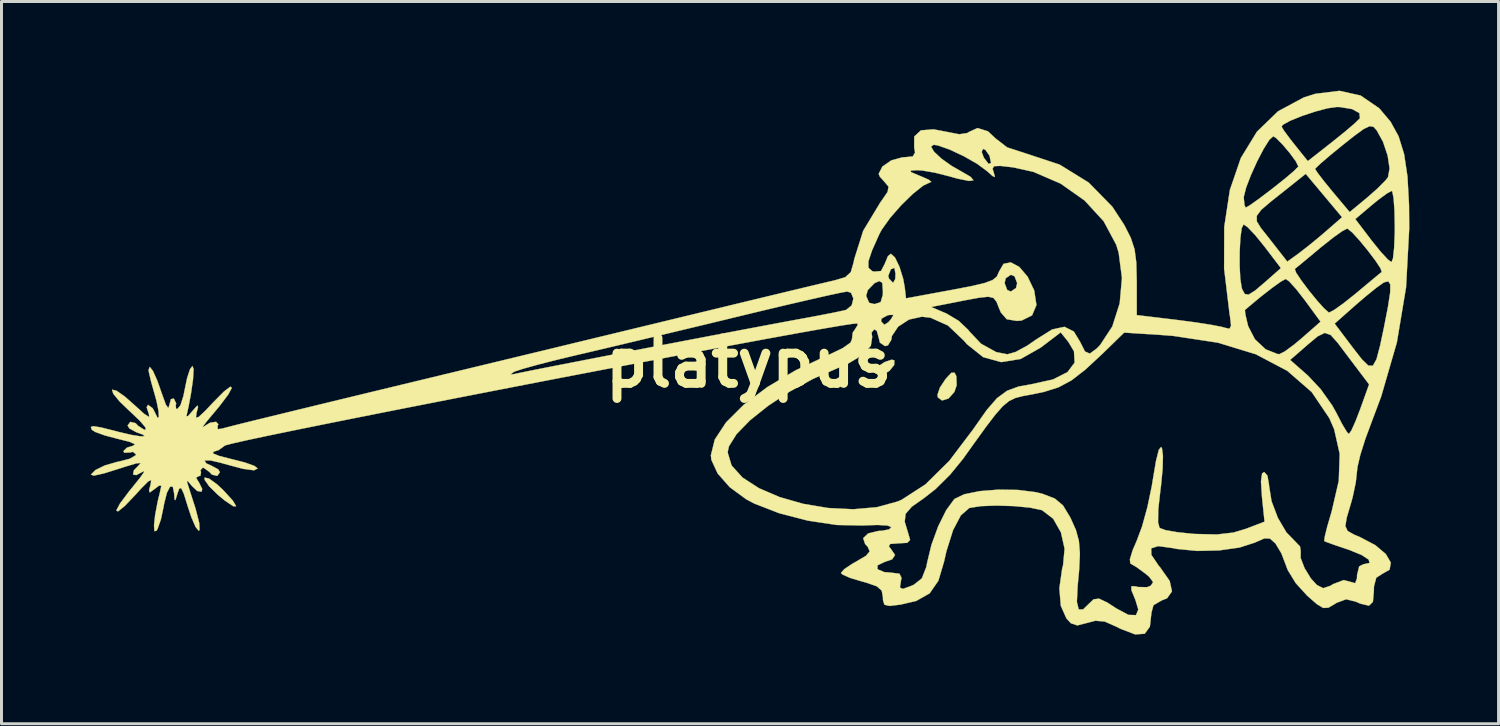
<source format=kicad_pcb>
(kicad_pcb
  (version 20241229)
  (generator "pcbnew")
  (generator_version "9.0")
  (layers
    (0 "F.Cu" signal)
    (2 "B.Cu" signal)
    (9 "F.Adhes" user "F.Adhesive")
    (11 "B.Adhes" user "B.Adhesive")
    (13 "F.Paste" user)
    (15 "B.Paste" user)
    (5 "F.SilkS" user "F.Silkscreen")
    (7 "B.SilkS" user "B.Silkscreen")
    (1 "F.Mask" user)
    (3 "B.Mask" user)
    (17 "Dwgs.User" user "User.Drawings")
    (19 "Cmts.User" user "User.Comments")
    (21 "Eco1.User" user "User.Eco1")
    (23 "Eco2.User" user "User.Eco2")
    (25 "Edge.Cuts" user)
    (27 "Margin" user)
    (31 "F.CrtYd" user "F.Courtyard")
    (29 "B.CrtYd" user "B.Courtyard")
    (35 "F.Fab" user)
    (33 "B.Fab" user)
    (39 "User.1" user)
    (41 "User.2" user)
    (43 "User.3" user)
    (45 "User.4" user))
  (footprint "platypus"
    (layer "F.Cu")
    (at 22.126 9.153)
    (property "Reference" "platypus" (at 0 0 0) (layer "F.SilkS") (effects (font (size 1.524 1.524) (thickness 0.3))))
    (attr through_hole)
    (fp_poly (pts (xy 4.901 -0.085) (xy 4.895 0.07) (xy 4.737 0.267) (xy 4.518 0.406) (xy 4.428 0.423) (xy 4.251 0.344) (xy 4.233 0.287) (xy 4.34 0.127) (xy 4.575 -0.028) (xy 4.81 -0.107) (xy 4.901 -0.085)) (stroke (width 0.01) (type solid)) (fill yes) (layer "F.SilkS"))
    (fp_poly (pts (xy -18.149 3.889) (xy -17.881 4.082) (xy -17.677 4.271) (xy -17.346 4.633) (xy -17.235 4.821) (xy -17.33 4.823) (xy -17.62 4.627) (xy -17.846 4.44) (xy -18.139 4.154) (xy -18.294 3.934) (xy -18.297 3.857) (xy -18.149 3.889)) (stroke (width 0.01) (type solid)) (fill yes) (layer "F.SilkS"))
    (fp_poly (pts (xy 6.927 0.333) (xy 6.985 0.448) (xy 6.996 0.753) (xy 6.92 0.977) (xy 6.723 1.198) (xy 6.506 1.265) (xy 6.364 1.162) (xy 6.35 1.074) (xy 6.434 0.83) (xy 6.622 0.545) (xy 6.819 0.332) (xy 6.927 0.333)) (stroke (width 0.01) (type solid)) (fill yes) (layer "F.SilkS"))
    (fp_poly (pts (xy 20.581 -8.99) (xy 21.194 -8.571) (xy 21.225 -8.54) (xy 21.589 -8.109) (xy 21.859 -7.617) (xy 22.044 -7.018) (xy 22.157 -6.264) (xy 22.209 -5.31) (xy 22.215 -4.516) (xy 22.109 -2.542) (xy 21.8 -0.688) (xy 21.27 1.139) (xy 20.964 1.954) (xy 20.742 2.551) (xy 20.57 3.096) (xy 20.474 3.505) (xy 20.461 3.629) (xy 20.419 4.016) (xy 20.314 4.514) (xy 20.251 4.74) (xy 20.111 5.213) (xy 20.068 5.491) (xy 20.143 5.653) (xy 20.358 5.774) (xy 20.562 5.86) (xy 21.076 6.131) (xy 21.429 6.43) (xy 21.596 6.717) (xy 21.556 6.954) (xy 21.308 7.096) (xy 21.107 7.225) (xy 21.03 7.518) (xy 21.026 7.677) (xy 20.994 8.037) (xy 20.862 8.166) (xy 20.571 8.097) (xy 20.415 8.029) (xy 20.095 7.95) (xy 19.779 8.067) (xy 19.713 8.108) (xy 19.496 8.234) (xy 19.321 8.242) (xy 19.104 8.109) (xy 18.781 7.827) (xy 18.397 7.404) (xy 18.127 6.962) (xy 18.072 6.813) (xy 17.915 6.403) (xy 17.721 6.081) (xy 17.708 6.066) (xy 17.533 5.91) (xy 17.349 5.902) (xy 17.039 6.037) (xy 17.031 6.042) (xy 16.51 6.21) (xy 15.824 6.307) (xy 15.081 6.324) (xy 14.39 6.256) (xy 14.256 6.228) (xy 13.775 6.162) (xy 13.538 6.238) (xy 13.544 6.458) (xy 13.792 6.823) (xy 13.839 6.877) (xy 14.16 7.333) (xy 14.237 7.685) (xy 14.071 7.918) (xy 13.899 7.985) (xy 13.614 8.15) (xy 13.547 8.4) (xy 13.494 8.87) (xy 13.32 9.11) (xy 12.999 9.131) (xy 12.506 8.943) (xy 12.37 8.874) (xy 11.972 8.698) (xy 11.66 8.672) (xy 11.383 8.745) (xy 11.052 8.829) (xy 10.84 8.758) (xy 10.689 8.598) (xy 10.499 8.171) (xy 10.45 7.581) (xy 10.545 6.913) (xy 10.574 6.806) (xy 10.626 6.252) (xy 10.503 5.701) (xy 10.241 5.24) (xy 9.874 4.959) (xy 9.847 4.949) (xy 9.461 4.868) (xy 8.923 4.817) (xy 8.338 4.799) (xy 7.81 4.818) (xy 7.444 4.875) (xy 7.415 4.885) (xy 7.135 5.13) (xy 6.875 5.625) (xy 6.651 6.336) (xy 6.574 6.677) (xy 6.382 7.326) (xy 6.087 7.751) (xy 5.635 8.007) (xy 5.115 8.128) (xy 4.741 8.174) (xy 4.567 8.134) (xy 4.518 7.979) (xy 4.516 7.876) (xy 4.476 7.66) (xy 4.313 7.515) (xy 3.959 7.391) (xy 3.81 7.351) (xy 3.411 7.231) (xy 3.156 7.117) (xy 3.104 7.065) (xy 3.217 6.937) (xy 3.408 6.809) (xy 4.334 6.809) (xy 4.335 6.94) (xy 4.555 7.035) (xy 4.793 7.056) (xy 5.074 7.09) (xy 5.141 7.229) (xy 5.121 7.338) (xy 5.088 7.554) (xy 5.186 7.603) (xy 5.467 7.501) (xy 5.558 7.46) (xy 5.825 7.248) (xy 5.975 6.865) (xy 6.003 6.72) (xy 6.149 6.116) (xy 6.376 5.496) (xy 6.643 4.957) (xy 6.908 4.593) (xy 6.927 4.575) (xy 7.25 4.419) (xy 7.769 4.314) (xy 8.398 4.263) (xy 9.055 4.273) (xy 9.655 4.348) (xy 9.878 4.402) (xy 10.296 4.562) (xy 10.572 4.794) (xy 10.813 5.192) (xy 10.834 5.235) (xy 11.008 5.624) (xy 11.107 5.989) (xy 11.14 6.409) (xy 11.115 6.966) (xy 11.064 7.514) (xy 11.039 8.035) (xy 11.1 8.292) (xy 11.25 8.29) (xy 11.43 8.114) (xy 11.6 7.952) (xy 11.784 7.929) (xy 12.058 8.058) (xy 12.366 8.258) (xy 12.773 8.475) (xy 13.027 8.483) (xy 13.104 8.295) (xy 13.007 7.97) (xy 12.871 7.641) (xy 12.875 7.508) (xy 13.03 7.519) (xy 13.088 7.537) (xy 13.398 7.544) (xy 13.523 7.495) (xy 13.603 7.372) (xy 13.467 7.191) (xy 13.34 7.085) (xy 13.047 6.87) (xy 12.844 6.75) (xy 12.837 6.747) (xy 12.821 6.609) (xy 12.916 6.296) (xy 13.049 5.989) (xy 13.229 5.509) (xy 13.408 4.861) (xy 13.556 4.158) (xy 13.591 3.943) (xy 13.7 3.297) (xy 13.793 2.927) (xy 13.87 2.829) (xy 13.9 2.871) (xy 13.933 3.128) (xy 13.921 3.576) (xy 13.868 4.131) (xy 13.849 4.274) (xy 13.776 4.925) (xy 13.769 5.364) (xy 13.821 5.552) (xy 14.019 5.625) (xy 14.418 5.695) (xy 14.938 5.749) (xy 15.022 5.754) (xy 15.745 5.771) (xy 16.301 5.707) (xy 16.72 5.582) (xy 17.35 5.341) (xy 17.263 4.505) (xy 17.23 3.988) (xy 17.267 3.721) (xy 17.337 3.669) (xy 17.447 3.792) (xy 17.5 4.093) (xy 17.501 4.128) (xy 17.585 4.652) (xy 17.798 5.214) (xy 18.086 5.702) (xy 18.344 5.967) (xy 18.544 6.175) (xy 18.566 6.335) (xy 18.564 6.562) (xy 18.695 6.901) (xy 18.908 7.25) (xy 19.111 7.471) (xy 19.322 7.578) (xy 19.567 7.496) (xy 19.657 7.44) (xy 20.013 7.305) (xy 20.222 7.359) (xy 20.398 7.41) (xy 20.458 7.249) (xy 20.461 7.133) (xy 20.533 6.844) (xy 20.673 6.773) (xy 20.881 6.73) (xy 20.852 6.616) (xy 20.615 6.461) (xy 20.2 6.291) (xy 20.144 6.272) (xy 19.728 6.132) (xy 19.44 6.028) (xy 19.358 5.992) (xy 19.374 5.849) (xy 19.458 5.509) (xy 19.594 5.043) (xy 19.605 5.008) (xy 19.847 3.965) (xy 19.877 3.058) (xy 19.692 2.235) (xy 19.531 1.862) (xy 18.938 0.984) (xy 18.114 0.267) (xy 17.419 -0.099) (xy 18.211 -0.099) (xy 18.811 0.429) (xy 19.237 0.884) (xy 19.626 1.431) (xy 19.76 1.672) (xy 19.962 2.063) (xy 20.121 2.325) (xy 20.186 2.393) (xy 20.27 2.275) (xy 20.412 1.959) (xy 20.565 1.561) (xy 20.866 0.724) (xy 20.157 -0.213) (xy 19.81 -0.675) (xy 19.574 -0.938) (xy 19.375 -1.008) (xy 19.137 -0.893) (xy 18.787 -0.6) (xy 18.525 -0.371) (xy 18.211 -0.099) (xy 17.419 -0.099) (xy 17.061 -0.288) (xy 15.782 -0.679) (xy 14.277 -0.907) (xy 13.899 -0.936) (xy 12.629 -1.018) (xy 11.901 -0.309) (xy 11.328 0.224) (xy 10.86 0.587) (xy 10.419 0.823) (xy 9.927 0.978) (xy 9.546 1.057) (xy 9.223 1.116) (xy 8.973 1.18) (xy 8.759 1.283) (xy 8.545 1.459) (xy 8.296 1.742) (xy 7.974 2.164) (xy 7.544 2.76) (xy 7.208 3.231) (xy 6.774 3.761) (xy 6.282 4.248) (xy 5.902 4.545) (xy 5.484 4.84) (xy 5.278 5.079) (xy 5.249 5.342) (xy 5.359 5.706) (xy 5.43 5.955) (xy 5.337 6.052) (xy 5.048 6.068) (xy 4.76 6.09) (xy 4.716 6.171) (xy 4.77 6.237) (xy 4.924 6.46) (xy 4.828 6.606) (xy 4.58 6.692) (xy 4.334 6.809) (xy 3.408 6.809) (xy 3.497 6.75) (xy 3.598 6.693) (xy 3.946 6.489) (xy 4.071 6.341) (xy 4.006 6.186) (xy 3.917 6.09) (xy 3.852 5.896) (xy 4.018 5.737) (xy 4.365 5.652) (xy 4.48 5.647) (xy 4.728 5.599) (xy 4.798 5.522) (xy 4.669 5.47) (xy 4.332 5.451) (xy 3.858 5.467) (xy 3.837 5.469) (xy 2.967 5.452) (xy 1.993 5.306) (xy 1.03 5.057) (xy 0.189 4.731) (xy -0.081 4.587) (xy -0.635 4.181) (xy -1.042 3.719) (xy -1.252 3.264) (xy -1.27 3.111) (xy -1.245 3.01) (xy -0.706 3.01) (xy -0.573 3.451) (xy -0.205 3.857) (xy 0.35 4.216) (xy 1.047 4.515) (xy 1.838 4.741) (xy 2.677 4.881) (xy 3.517 4.923) (xy 4.312 4.854) (xy 5.014 4.661) (xy 5.151 4.601) (xy 5.946 4.087) (xy 6.747 3.297) (xy 7.558 2.226) (xy 7.584 2.187) (xy 8.006 1.587) (xy 8.354 1.186) (xy 8.692 0.938) (xy 9.081 0.795) (xy 9.498 0.721) (xy 10.232 0.559) (xy 10.723 0.312) (xy 10.963 -0.008) (xy 10.941 -0.391) (xy 10.75 -0.709) (xy 10.494 -1.025) (xy 9.822 -0.513) (xy 9.147 -0.131) (xy 8.496 -0.025) (xy 7.887 -0.193) (xy 7.338 -0.632) (xy 7.244 -0.743) (xy 6.704 -1.256) (xy 6.114 -1.52) (xy 5.825 -1.552) (xy 5.394 -1.457) (xy 5.028 -1.218) (xy 4.818 -0.903) (xy 4.798 -0.776) (xy 4.685 -0.589) (xy 4.586 -0.564) (xy 4.414 -0.682) (xy 4.374 -0.847) (xy 4.311 -1.076) (xy 4.224 -1.129) (xy 4.135 -1.02) (xy 4.155 -0.872) (xy 4.11 -0.574) (xy 3.82 -0.259) (xy 3.317 0.041) (xy 2.994 0.177) (xy 2.172 0.535) (xy 1.379 0.967) (xy 0.658 1.443) (xy 0.049 1.929) (xy -0.405 2.395) (xy -0.663 2.807) (xy -0.706 3.01) (xy -1.245 3.01) (xy -1.138 2.578) (xy -0.759 2.002) (xy -0.161 1.406) (xy 0.628 0.815) (xy 1.579 0.251) (xy 2.666 -0.261) (xy 2.721 -0.283) (xy 3.16 -0.493) (xy 3.424 -0.679) (xy 3.473 -0.787) (xy 3.502 -1.022) (xy 3.565 -1.109) (xy 3.67 -1.278) (xy 3.659 -1.326) (xy 3.51 -1.315) (xy 3.109 -1.254) (xy 2.484 -1.147) (xy 1.66 -1.001) (xy 0.663 -0.819) (xy -0.481 -0.607) (xy -1.745 -0.37) (xy -3.105 -0.112) (xy -4.534 0.16) (xy -6.005 0.442) (xy -7.494 0.729) (xy -8.973 1.017) (xy -10.418 1.299) (xy -11.802 1.571) (xy -13.098 1.828) (xy -14.282 2.065) (xy -15.327 2.277) (xy -16.207 2.459) (xy -16.897 2.606) (xy -17.369 2.713) (xy -17.599 2.774) (xy -17.617 2.784) (xy -17.821 2.932) (xy -17.992 2.987) (xy -18.019 3.042) (xy -17.807 3.129) (xy -17.398 3.234) (xy -17.392 3.235) (xy -16.938 3.351) (xy -16.62 3.466) (xy -16.51 3.55) (xy -16.633 3.613) (xy -17.005 3.563) (xy -17.63 3.397) (xy -17.754 3.36) (xy -18.086 3.283) (xy -18.284 3.282) (xy -18.294 3.289) (xy -18.239 3.38) (xy -18.073 3.454) (xy -17.839 3.58) (xy -17.78 3.678) (xy -17.87 3.801) (xy -18.048 3.759) (xy -18.133 3.669) (xy -18.32 3.533) (xy -18.361 3.528) (xy -18.438 3.615) (xy -18.415 3.669) (xy -18.436 3.798) (xy -18.495 3.81) (xy -18.583 3.865) (xy -18.483 4.025) (xy -18.376 4.24) (xy -18.396 4.332) (xy -18.541 4.309) (xy -18.71 4.152) (xy -18.87 3.966) (xy -18.888 4.003) (xy -18.837 4.163) (xy -18.6 4.902) (xy -18.476 5.386) (xy -18.465 5.62) (xy -18.495 5.644) (xy -18.597 5.52) (xy -18.738 5.198) (xy -18.859 4.833) (xy -18.994 4.401) (xy -19.083 4.21) (xy -19.148 4.227) (xy -19.202 4.374) (xy -19.277 4.616) (xy -19.307 4.593) (xy -19.318 4.401) (xy -19.365 4.163) (xy -19.457 4.164) (xy -19.564 4.37) (xy -19.659 4.747) (xy -19.673 4.831) (xy -19.763 5.258) (xy -19.878 5.585) (xy -19.912 5.644) (xy -19.983 5.661) (xy -19.996 5.463) (xy -19.958 5.11) (xy -19.873 4.662) (xy -19.802 4.374) (xy -19.751 4.134) (xy -19.826 4.127) (xy -19.963 4.232) (xy -20.141 4.36) (xy -20.164 4.28) (xy -20.111 4.091) (xy -20.09 3.945) (xy -20.188 3.983) (xy -20.427 4.222) (xy -20.602 4.416) (xy -20.985 4.818) (xy -21.208 4.996) (xy -21.264 4.963) (xy -21.143 4.734) (xy -20.836 4.322) (xy -20.735 4.199) (xy -20.467 3.865) (xy -20.329 3.667) (xy -20.346 3.641) (xy -20.363 3.654) (xy -20.591 3.773) (xy -20.701 3.758) (xy -20.676 3.616) (xy -20.521 3.458) (xy -20.444 3.367) (xy -20.591 3.379) (xy -20.979 3.496) (xy -21.083 3.53) (xy -21.679 3.717) (xy -22.022 3.793) (xy -22.118 3.756) (xy -21.971 3.609) (xy -21.965 3.604) (xy -21.655 3.451) (xy -21.229 3.328) (xy -21.154 3.314) (xy -20.806 3.223) (xy -20.615 3.109) (xy -20.602 3.077) (xy -20.705 2.993) (xy -20.814 3.014) (xy -20.996 3.022) (xy -21.026 2.969) (xy -20.906 2.85) (xy -20.708 2.79) (xy -20.631 2.737) (xy -20.826 2.653) (xy -21.199 2.559) (xy -21.649 2.441) (xy -21.976 2.322) (xy -22.09 2.248) (xy -22.121 2.155) (xy -22.03 2.129) (xy -21.769 2.174) (xy -21.292 2.293) (xy -21.173 2.325) (xy -20.758 2.422) (xy -20.457 2.47) (xy -20.313 2.467) (xy -20.37 2.413) (xy -20.592 2.332) (xy -20.825 2.205) (xy -20.884 2.107) (xy -20.794 1.984) (xy -20.616 2.027) (xy -20.532 2.117) (xy -20.326 2.248) (xy -20.276 2.252) (xy -20.287 2.167) (xy -20.474 1.947) (xy -20.797 1.64) (xy -20.812 1.627) (xy -21.152 1.3) (xy -21.366 1.039) (xy -21.409 0.9) (xy -21.261 0.935) (xy -20.981 1.13) (xy -20.653 1.42) (xy -20.328 1.714) (xy -20.16 1.821) (xy -20.166 1.73) (xy -20.167 1.729) (xy -20.244 1.494) (xy -20.199 1.411) (xy -20.043 1.524) (xy -19.979 1.643) (xy -19.878 1.848) (xy -19.833 1.825) (xy -19.844 1.622) (xy -19.911 1.286) (xy -19.972 1.065) (xy -20.092 0.642) (xy -20.166 0.327) (xy -20.179 0.236) (xy -20.14 0.135) (xy -20.037 0.264) (xy -19.891 0.585) (xy -19.734 1.032) (xy -19.6 1.401) (xy -19.514 1.525) (xy -19.487 1.438) (xy -19.427 1.22) (xy -19.33 1.201) (xy -19.249 1.37) (xy -19.268 1.421) (xy -19.254 1.544) (xy -19.212 1.552) (xy -19.108 1.427) (xy -19.007 1.112) (xy -18.976 0.953) (xy -18.882 0.505) (xy -18.785 0.213) (xy -18.705 0.105) (xy -18.665 0.209) (xy -18.685 0.555) (xy -18.686 0.564) (xy -18.755 1.043) (xy -18.833 1.46) (xy -18.854 1.552) (xy -18.908 1.796) (xy -18.851 1.788) (xy -18.708 1.623) (xy -18.54 1.435) (xy -18.515 1.483) (xy -18.569 1.693) (xy -18.587 1.842) (xy -18.496 1.82) (xy -18.27 1.609) (xy -18.018 1.341) (xy -17.643 0.962) (xy -17.429 0.801) (xy -17.38 0.841) (xy -17.5 1.064) (xy -17.794 1.454) (xy -17.947 1.638) (xy -18.215 1.958) (xy -18.358 2.143) (xy -18.347 2.156) (xy -18.342 2.152) (xy -18.113 2.014) (xy -17.912 1.982) (xy -17.833 2.062) (xy -17.86 2.132) (xy -17.85 2.232) (xy -17.692 2.207) (xy -17.576 2.175) (xy -17.35 2.117) (xy -16.997 2.028) (xy -16.5 1.906) (xy -15.843 1.746) (xy -15.01 1.543) (xy -13.984 1.294) (xy -12.748 0.995) (xy -11.286 0.642) (xy -10.251 0.393) (xy -8.01 0.393) (xy -7.866 0.374) (xy -7.832 0.365) (xy -7.624 0.321) (xy -7.178 0.231) (xy -6.529 0.103) (xy -5.717 -0.055) (xy -4.778 -0.238) (xy -3.751 -0.436) (xy -3.528 -0.479) (xy -2.423 -0.69) (xy -1.341 -0.897) (xy -0.332 -1.089) (xy 0.554 -1.256) (xy 1.265 -1.389) (xy 1.298 -1.395) (xy 4.455 -1.395) (xy 4.564 -1.281) (xy 4.699 -1.367) (xy 4.789 -1.471) (xy 4.871 -1.612) (xy 4.729 -1.611) (xy 4.666 -1.596) (xy 4.469 -1.488) (xy 4.455 -1.395) (xy 1.298 -1.395) (xy 1.751 -1.479) (xy 1.764 -1.481) (xy 2.357 -1.591) (xy 2.863 -1.69) (xy 3.204 -1.763) (xy 3.281 -1.782) (xy 3.466 -1.934) (xy 3.523 -2.165) (xy 3.486 -2.253) (xy 3.951 -2.253) (xy 4.053 -2.02) (xy 4.233 -1.976) (xy 4.439 -2.041) (xy 4.512 -2.286) (xy 4.516 -2.404) (xy 4.495 -2.691) (xy 4.395 -2.752) (xy 4.233 -2.681) (xy 4.007 -2.448) (xy 3.951 -2.253) (xy 3.486 -2.253) (xy 3.444 -2.355) (xy 3.319 -2.399) (xy 3.129 -2.367) (xy 2.705 -2.276) (xy 2.086 -2.136) (xy 1.312 -1.957) (xy 0.423 -1.746) (xy -0.314 -1.568) (xy -1.4 -1.305) (xy -2.527 -1.035) (xy -3.623 -0.773) (xy -4.616 -0.537) (xy -5.437 -0.343) (xy -5.715 -0.279) (xy -6.439 -0.106) (xy -7.075 0.057) (xy -7.567 0.193) (xy -7.858 0.287) (xy -7.902 0.308) (xy -8.01 0.393) (xy -10.251 0.393) (xy -9.582 0.231) (xy -7.761 -0.208) (xy -6.864 -0.424) (xy -5.77 -0.689) (xy -4.556 -0.982) (xy -3.297 -1.286) (xy -2.072 -1.582) (xy -1.411 -1.742) (xy -0.394 -1.988) (xy 0.56 -2.218) (xy 1.408 -2.422) (xy 2.109 -2.59) (xy 2.618 -2.711) (xy 2.89 -2.774) (xy 3.253 -2.882) (xy 3.298 -2.924) (xy 4.694 -2.924) (xy 4.72 -2.835) (xy 4.859 -2.69) (xy 4.93 -2.818) (xy 4.939 -2.992) (xy 4.904 -3.196) (xy 4.785 -3.148) (xy 4.782 -3.145) (xy 4.694 -2.924) (xy 3.298 -2.924) (xy 3.436 -3.052) (xy 3.532 -3.383) (xy 3.537 -3.411) (xy 4.027 -3.411) (xy 4.03 -3.199) (xy 4.149 -3.09) (xy 4.218 -3.068) (xy 4.453 -3.089) (xy 4.578 -3.332) (xy 4.685 -3.589) (xy 4.783 -3.669) (xy 4.921 -3.545) (xy 5.071 -3.236) (xy 5.197 -2.831) (xy 5.251 -2.531) (xy 5.292 -2.17) (xy 6.812 -2.45) (xy 7.487 -2.579) (xy 7.92 -2.681) (xy 8.608 -2.681) (xy 8.696 -2.451) (xy 8.819 -2.399) (xy 8.992 -2.517) (xy 9.031 -2.681) (xy 8.943 -2.911) (xy 8.819 -2.963) (xy 8.647 -2.846) (xy 8.608 -2.681) (xy 7.92 -2.681) (xy 7.933 -2.684) (xy 8.202 -2.784) (xy 8.345 -2.898) (xy 8.411 -3.045) (xy 8.415 -3.058) (xy 8.572 -3.331) (xy 8.817 -3.379) (xy 9.102 -3.227) (xy 9.382 -2.899) (xy 9.604 -2.435) (xy 9.679 -1.945) (xy 9.532 -1.597) (xy 9.181 -1.424) (xy 9.014 -1.411) (xy 8.679 -1.468) (xy 8.483 -1.694) (xy 8.423 -1.834) (xy 8.336 -2.055) (xy 8.236 -2.182) (xy 8.061 -2.224) (xy 7.751 -2.192) (xy 7.242 -2.097) (xy 7.056 -2.06) (xy 6.138 -1.88) (xy 6.657 -1.657) (xy 7.064 -1.414) (xy 7.386 -1.109) (xy 7.418 -1.064) (xy 7.818 -0.642) (xy 8.327 -0.362) (xy 8.703 -0.288) (xy 8.979 -0.367) (xy 9.37 -0.579) (xy 9.671 -0.787) (xy 10.206 -1.123) (xy 10.621 -1.213) (xy 10.936 -1.055) (xy 11.147 -0.707) (xy 11.311 -0.383) (xy 11.474 -0.312) (xy 11.707 -0.483) (xy 11.822 -0.602) (xy 12.23 -1.223) (xy 12.479 -2.003) (xy 12.555 -2.857) (xy 12.445 -3.702) (xy 12.361 -3.976) (xy 11.94 -4.762) (xy 11.298 -5.461) (xy 10.491 -6.029) (xy 9.579 -6.423) (xy 8.9 -6.574) (xy 8.466 -6.624) (xy 8.254 -6.615) (xy 8.204 -6.532) (xy 8.24 -6.41) (xy 8.285 -6.252) (xy 8.203 -6.283) (xy 8.016 -6.45) (xy 7.688 -6.692) (xy 7.237 -6.95) (xy 6.929 -7.094) (xy 7.838 -7.094) (xy 7.909 -6.902) (xy 8.07 -6.69) (xy 8.152 -6.721) (xy 8.102 -6.965) (xy 7.962 -7.164) (xy 7.882 -7.197) (xy 7.838 -7.094) (xy 6.929 -7.094) (xy 6.762 -7.173) (xy 6.365 -7.312) (xy 6.222 -7.335) (xy 6.134 -7.27) (xy 6.238 -7.098) (xy 6.487 -6.866) (xy 6.835 -6.619) (xy 7.105 -6.466) (xy 7.463 -6.258) (xy 7.562 -6.14) (xy 7.412 -6.118) (xy 7.022 -6.197) (xy 6.762 -6.27) (xy 6.27 -6.395) (xy 5.832 -6.47) (xy 5.654 -6.48) (xy 5.446 -6.464) (xy 5.463 -6.414) (xy 5.725 -6.303) (xy 5.786 -6.279) (xy 6.061 -6.158) (xy 6.145 -6.085) (xy 6.123 -6.079) (xy 5.873 -5.962) (xy 5.52 -5.681) (xy 5.128 -5.298) (xy 4.759 -4.877) (xy 4.477 -4.481) (xy 4.399 -4.338) (xy 4.148 -3.775) (xy 4.027 -3.411) (xy 3.537 -3.411) (xy 3.551 -3.486) (xy 3.853 -4.442) (xy 4.434 -5.403) (xy 4.468 -5.449) (xy 4.672 -5.747) (xy 4.706 -5.924) (xy 4.588 -6.066) (xy 4.41 -6.265) (xy 4.374 -6.357) (xy 4.498 -6.601) (xy 4.798 -6.809) (xy 5.172 -6.912) (xy 5.234 -6.914) (xy 5.521 -6.943) (xy 5.597 -7.075) (xy 5.568 -7.242) (xy 5.57 -7.612) (xy 5.793 -7.819) (xy 6.219 -7.854) (xy 6.595 -7.782) (xy 7.082 -7.688) (xy 7.354 -7.729) (xy 7.389 -7.756) (xy 7.699 -7.897) (xy 8.049 -7.787) (xy 8.299 -7.552) (xy 8.694 -7.247) (xy 9.332 -7.04) (xy 10.46 -6.667) (xy 11.434 -6.065) (xy 12.231 -5.252) (xy 12.633 -4.637) (xy 12.852 -4.204) (xy 12.979 -3.82) (xy 13.037 -3.376) (xy 13.052 -2.762) (xy 13.052 -2.743) (xy 13.053 -1.606) (xy 14.399 -1.445) (xy 15.013 -1.364) (xy 15.542 -1.282) (xy 15.909 -1.211) (xy 16.009 -1.183) (xy 16.172 -1.146) (xy 16.224 -1.253) (xy 16.188 -1.563) (xy 16.175 -1.634) (xy 16.158 -1.776) (xy 16.69 -1.776) (xy 16.704 -1.637) (xy 16.776 -1.326) (xy 16.802 -1.228) (xy 17.027 -0.793) (xy 17.387 -0.456) (xy 17.789 -0.297) (xy 17.851 -0.294) (xy 18.026 -0.381) (xy 18.333 -0.606) (xy 18.613 -0.84) (xy 19.16 -1.32) (xy 19.708 -1.32) (xy 20.321 -0.509) (xy 20.625 -0.118) (xy 20.839 0.091) (xy 20.992 0.097) (xy 21.114 -0.118) (xy 21.235 -0.574) (xy 21.363 -1.179) (xy 21.502 -1.892) (xy 21.575 -2.367) (xy 21.579 -2.638) (xy 21.515 -2.741) (xy 21.383 -2.712) (xy 21.343 -2.691) (xy 21.111 -2.526) (xy 20.753 -2.237) (xy 20.402 -1.935) (xy 19.708 -1.32) (xy 19.16 -1.32) (xy 19.234 -1.385) (xy 18.707 -2.104) (xy 18.416 -2.477) (xy 18.181 -2.737) (xy 18.064 -2.822) (xy 17.907 -2.738) (xy 17.603 -2.521) (xy 17.216 -2.219) (xy 16.814 -1.884) (xy 16.69 -1.776) (xy 16.158 -1.776) (xy 15.99 -3.175) (xy 15.991 -3.273) (xy 16.512 -3.273) (xy 16.534 -2.835) (xy 16.582 -2.524) (xy 16.596 -2.481) (xy 16.685 -2.316) (xy 16.813 -2.294) (xy 17.036 -2.434) (xy 17.381 -2.728) (xy 17.869 -3.159) (xy 18.368 -3.159) (xy 18.41 -3.037) (xy 18.585 -2.774) (xy 18.837 -2.438) (xy 19.112 -2.101) (xy 19.354 -1.831) (xy 19.508 -1.697) (xy 19.524 -1.693) (xy 19.689 -1.778) (xy 20.003 -2.002) (xy 20.401 -2.318) (xy 20.446 -2.356) (xy 20.838 -2.683) (xy 21.137 -2.932) (xy 21.286 -3.053) (xy 21.291 -3.057) (xy 21.25 -3.181) (xy 21.075 -3.445) (xy 20.821 -3.78) (xy 20.545 -4.116) (xy 20.301 -4.383) (xy 20.144 -4.512) (xy 20.13 -4.516) (xy 19.964 -4.431) (xy 19.65 -4.207) (xy 19.252 -3.891) (xy 19.206 -3.853) (xy 18.816 -3.527) (xy 18.519 -3.281) (xy 18.373 -3.163) (xy 18.368 -3.159) (xy 17.869 -3.159) (xy 17.9 -3.187) (xy 17.34 -3.922) (xy 17.034 -4.298) (xy 16.782 -4.563) (xy 16.645 -4.657) (xy 16.582 -4.529) (xy 16.538 -4.202) (xy 16.514 -3.756) (xy 16.512 -3.273) (xy 15.991 -3.273) (xy 15.995 -4.574) (xy 16.052 -4.945) (xy 17.088 -4.945) (xy 17.09 -4.76) (xy 17.227 -4.536) (xy 17.481 -4.216) (xy 17.529 -4.155) (xy 18.115 -3.405) (xy 18.477 -3.665) (xy 18.801 -3.915) (xy 19.209 -4.25) (xy 19.398 -4.411) (xy 19.886 -4.836) (xy 20.402 -4.836) (xy 20.954 -4.111) (xy 21.255 -3.738) (xy 21.496 -3.477) (xy 21.619 -3.387) (xy 21.67 -3.517) (xy 21.708 -3.865) (xy 21.729 -4.365) (xy 21.731 -4.586) (xy 21.72 -5.128) (xy 21.689 -5.542) (xy 21.645 -5.763) (xy 21.625 -5.783) (xy 21.466 -5.698) (xy 21.173 -5.482) (xy 20.961 -5.309) (xy 20.402 -4.836) (xy 19.886 -4.836) (xy 19.957 -4.898) (xy 18.735 -6.357) (xy 18.081 -5.835) (xy 17.565 -5.426) (xy 17.24 -5.148) (xy 17.088 -4.945) (xy 16.052 -4.945) (xy 16.144 -5.551) (xy 16.651 -5.551) (xy 16.677 -5.297) (xy 16.721 -5.221) (xy 16.859 -5.302) (xy 17.158 -5.514) (xy 17.558 -5.817) (xy 17.639 -5.879) (xy 18.043 -6.201) (xy 18.342 -6.456) (xy 18.406 -6.521) (xy 19.05 -6.521) (xy 19.134 -6.39) (xy 19.352 -6.107) (xy 19.631 -5.765) (xy 20.213 -5.071) (xy 20.787 -5.546) (xy 21.144 -5.86) (xy 21.418 -6.136) (xy 21.502 -6.243) (xy 21.555 -6.537) (xy 21.49 -6.97) (xy 21.333 -7.438) (xy 21.122 -7.82) (xy 21.014 -7.938) (xy 20.887 -7.961) (xy 20.688 -7.867) (xy 20.365 -7.632) (xy 19.989 -7.334) (xy 19.564 -6.987) (xy 19.239 -6.709) (xy 19.066 -6.544) (xy 19.05 -6.521) (xy 18.406 -6.521) (xy 18.482 -6.596) (xy 18.486 -6.606) (xy 18.402 -6.778) (xy 18.2 -7.054) (xy 17.954 -7.345) (xy 17.739 -7.561) (xy 17.643 -7.62) (xy 17.511 -7.5) (xy 17.317 -7.192) (xy 17.098 -6.771) (xy 16.891 -6.313) (xy 16.73 -5.893) (xy 16.653 -5.589) (xy 16.651 -5.551) (xy 16.144 -5.551) (xy 16.185 -5.817) (xy 16.553 -6.889) (xy 17.094 -7.774) (xy 17.273 -7.947) (xy 17.921 -7.947) (xy 18.002 -7.811) (xy 18.208 -7.533) (xy 18.364 -7.335) (xy 18.806 -6.785) (xy 19.642 -7.442) (xy 20.057 -7.776) (xy 20.38 -8.052) (xy 20.55 -8.217) (xy 20.559 -8.228) (xy 20.539 -8.4) (xy 20.297 -8.534) (xy 19.893 -8.602) (xy 19.782 -8.606) (xy 19.474 -8.563) (xy 19.055 -8.452) (xy 18.61 -8.304) (xy 18.22 -8.146) (xy 17.97 -8.009) (xy 17.921 -7.947) (xy 17.273 -7.947) (xy 17.802 -8.459) (xy 18.67 -8.926) (xy 19.055 -9.048) (xy 19.872 -9.148) (xy 20.581 -8.99)) (stroke (width 0.01) (type solid)) (fill yes) (layer "F.SilkS")))
  (gr_rect
    (start -3 -3)
    (end 47.346 21.289)
    (stroke (width 0.1) (type default))
    (fill no)
    (layer "Edge.Cuts")))
</source>
